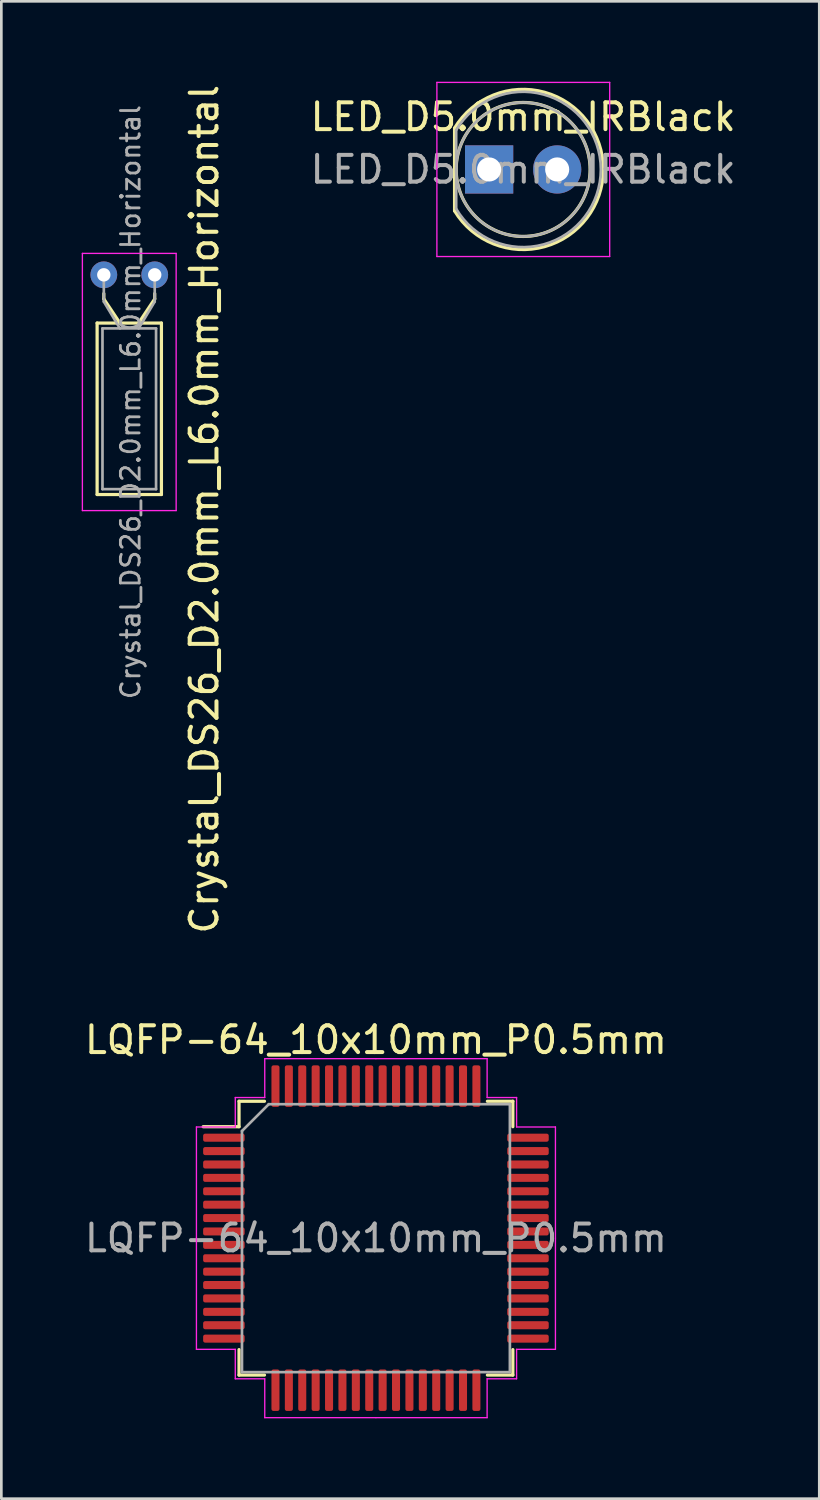
<source format=kicad_pcb>
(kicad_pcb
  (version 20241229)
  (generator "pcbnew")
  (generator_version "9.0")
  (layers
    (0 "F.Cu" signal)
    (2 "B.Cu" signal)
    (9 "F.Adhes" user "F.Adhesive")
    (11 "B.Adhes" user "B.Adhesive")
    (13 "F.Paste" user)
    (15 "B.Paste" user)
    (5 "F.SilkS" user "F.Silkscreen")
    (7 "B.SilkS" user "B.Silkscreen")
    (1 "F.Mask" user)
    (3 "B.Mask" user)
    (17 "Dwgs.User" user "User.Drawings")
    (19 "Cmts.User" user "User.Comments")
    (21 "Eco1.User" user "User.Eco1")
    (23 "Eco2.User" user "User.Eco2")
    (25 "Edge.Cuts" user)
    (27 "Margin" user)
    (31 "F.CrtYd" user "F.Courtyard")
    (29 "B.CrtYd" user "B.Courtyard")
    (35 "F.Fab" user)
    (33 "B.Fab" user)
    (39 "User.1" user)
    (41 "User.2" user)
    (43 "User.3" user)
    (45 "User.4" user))
  (footprint "Crystal_DS26_D2.0mm_L6.0mm_Horizontal"
    (layer "F.Cu")
    (at 0.825 7.208)
    (property "Reference" "Crystal_DS26_D2.0mm_L6.0mm_Horizontal" (at 3.75 8.75 90) (layer "F.SilkS") (effects (font (size 1 1) (thickness 0.15))))
    (attr through_hole)
    (fp_line (start -0.25 1.8) (end -0.25 8.2) (stroke (width 0.12) (type solid)) (layer "F.SilkS"))
    (fp_line (start -0.25 8.2) (end 2.15 8.2) (stroke (width 0.12) (type solid)) (layer "F.SilkS"))
    (fp_line (start 0 0.9) (end 0 0.7) (stroke (width 0.12) (type solid)) (layer "F.SilkS"))
    (fp_line (start 0.6 1.8) (end 0 0.9) (stroke (width 0.12) (type solid)) (layer "F.SilkS"))
    (fp_line (start 1.3 1.8) (end 1.9 0.9) (stroke (width 0.12) (type solid)) (layer "F.SilkS"))
    (fp_line (start 1.9 0.9) (end 1.9 0.7) (stroke (width 0.12) (type solid)) (layer "F.SilkS"))
    (fp_line (start 2.15 1.8) (end -0.25 1.8) (stroke (width 0.12) (type solid)) (layer "F.SilkS"))
    (fp_line (start 2.15 8.2) (end 2.15 1.8) (stroke (width 0.12) (type solid)) (layer "F.SilkS"))
    (fp_line (start -0.8 -0.8) (end -0.8 8.8) (stroke (width 0.05) (type solid)) (layer "F.CrtYd"))
    (fp_line (start -0.8 8.8) (end 2.7 8.8) (stroke (width 0.05) (type solid)) (layer "F.CrtYd"))
    (fp_line (start 2.7 -0.8) (end -0.8 -0.8) (stroke (width 0.05) (type solid)) (layer "F.CrtYd"))
    (fp_line (start 2.7 8.8) (end 2.7 -0.8) (stroke (width 0.05) (type solid)) (layer "F.CrtYd"))
    (fp_line (start -0.05 2) (end -0.05 8) (stroke (width 0.1) (type solid)) (layer "F.Fab"))
    (fp_line (start -0.05 8) (end 1.95 8) (stroke (width 0.1) (type solid)) (layer "F.Fab"))
    (fp_line (start 0 1) (end 0 0) (stroke (width 0.1) (type solid)) (layer "F.Fab"))
    (fp_line (start 0.6 2) (end 0 1) (stroke (width 0.1) (type solid)) (layer "F.Fab"))
    (fp_line (start 1.3 2) (end 1.9 1) (stroke (width 0.1) (type solid)) (layer "F.Fab"))
    (fp_line (start 1.9 1) (end 1.9 0) (stroke (width 0.1) (type solid)) (layer "F.Fab"))
    (fp_line (start 1.95 2) (end -0.05 2) (stroke (width 0.1) (type solid)) (layer "F.Fab"))
    (fp_line (start 1.95 8) (end 1.95 2) (stroke (width 0.1) (type solid)) (layer "F.Fab"))
    (fp_text user "${REFERENCE}" (at 1 4.75 90) (layer "F.Fab") (effects (font (size 0.7 0.7) (thickness 0.105))))
    (pad "1" thru_hole circle (at 0 0) (size 1 1) (drill 0.5) (layers "*.Cu" "*.Mask"))
    (pad "2" thru_hole circle (at 1.9 0) (size 1 1) (drill 0.5) (layers "*.Cu" "*.Mask")))
  (footprint "LQFP-64_10x10mm_P0.5mm"
    (layer "F.Cu")
    (at 10.982 43.165)
    (property "Reference" "LQFP-64_10x10mm_P0.5mm" (at 0 -7.4 0) (layer "F.SilkS") (effects (font (size 1 1) (thickness 0.15))))
    (attr smd)
    (fp_line (start -5.11 -5.11) (end -5.11 -4.16) (stroke (width 0.12) (type solid)) (layer "F.SilkS"))
    (fp_line (start -5.11 -4.16) (end -6.45 -4.16) (stroke (width 0.12) (type solid)) (layer "F.SilkS"))
    (fp_line (start -5.11 5.11) (end -5.11 4.16) (stroke (width 0.12) (type solid)) (layer "F.SilkS"))
    (fp_line (start -4.16 -5.11) (end -5.11 -5.11) (stroke (width 0.12) (type solid)) (layer "F.SilkS"))
    (fp_line (start -4.16 5.11) (end -5.11 5.11) (stroke (width 0.12) (type solid)) (layer "F.SilkS"))
    (fp_line (start 4.16 -5.11) (end 5.11 -5.11) (stroke (width 0.12) (type solid)) (layer "F.SilkS"))
    (fp_line (start 4.16 5.11) (end 5.11 5.11) (stroke (width 0.12) (type solid)) (layer "F.SilkS"))
    (fp_line (start 5.11 -5.11) (end 5.11 -4.16) (stroke (width 0.12) (type solid)) (layer "F.SilkS"))
    (fp_line (start 5.11 5.11) (end 5.11 4.16) (stroke (width 0.12) (type solid)) (layer "F.SilkS"))
    (fp_line (start -6.7 -4.15) (end -6.7 0) (stroke (width 0.05) (type solid)) (layer "F.CrtYd"))
    (fp_line (start -6.7 4.15) (end -6.7 0) (stroke (width 0.05) (type solid)) (layer "F.CrtYd"))
    (fp_line (start -5.25 -5.25) (end -5.25 -4.15) (stroke (width 0.05) (type solid)) (layer "F.CrtYd"))
    (fp_line (start -5.25 -4.15) (end -6.7 -4.15) (stroke (width 0.05) (type solid)) (layer "F.CrtYd"))
    (fp_line (start -5.25 4.15) (end -6.7 4.15) (stroke (width 0.05) (type solid)) (layer "F.CrtYd"))
    (fp_line (start -5.25 5.25) (end -5.25 4.15) (stroke (width 0.05) (type solid)) (layer "F.CrtYd"))
    (fp_line (start -4.15 -6.7) (end -4.15 -5.25) (stroke (width 0.05) (type solid)) (layer "F.CrtYd"))
    (fp_line (start -4.15 -5.25) (end -5.25 -5.25) (stroke (width 0.05) (type solid)) (layer "F.CrtYd"))
    (fp_line (start -4.15 5.25) (end -5.25 5.25) (stroke (width 0.05) (type solid)) (layer "F.CrtYd"))
    (fp_line (start -4.15 6.7) (end -4.15 5.25) (stroke (width 0.05) (type solid)) (layer "F.CrtYd"))
    (fp_line (start 0 -6.7) (end -4.15 -6.7) (stroke (width 0.05) (type solid)) (layer "F.CrtYd"))
    (fp_line (start 0 -6.7) (end 4.15 -6.7) (stroke (width 0.05) (type solid)) (layer "F.CrtYd"))
    (fp_line (start 0 6.7) (end -4.15 6.7) (stroke (width 0.05) (type solid)) (layer "F.CrtYd"))
    (fp_line (start 0 6.7) (end 4.15 6.7) (stroke (width 0.05) (type solid)) (layer "F.CrtYd"))
    (fp_line (start 4.15 -6.7) (end 4.15 -5.25) (stroke (width 0.05) (type solid)) (layer "F.CrtYd"))
    (fp_line (start 4.15 -5.25) (end 5.25 -5.25) (stroke (width 0.05) (type solid)) (layer "F.CrtYd"))
    (fp_line (start 4.15 5.25) (end 5.25 5.25) (stroke (width 0.05) (type solid)) (layer "F.CrtYd"))
    (fp_line (start 4.15 6.7) (end 4.15 5.25) (stroke (width 0.05) (type solid)) (layer "F.CrtYd"))
    (fp_line (start 5.25 -5.25) (end 5.25 -4.15) (stroke (width 0.05) (type solid)) (layer "F.CrtYd"))
    (fp_line (start 5.25 -4.15) (end 6.7 -4.15) (stroke (width 0.05) (type solid)) (layer "F.CrtYd"))
    (fp_line (start 5.25 4.15) (end 6.7 4.15) (stroke (width 0.05) (type solid)) (layer "F.CrtYd"))
    (fp_line (start 5.25 5.25) (end 5.25 4.15) (stroke (width 0.05) (type solid)) (layer "F.CrtYd"))
    (fp_line (start 6.7 -4.15) (end 6.7 0) (stroke (width 0.05) (type solid)) (layer "F.CrtYd"))
    (fp_line (start 6.7 4.15) (end 6.7 0) (stroke (width 0.05) (type solid)) (layer "F.CrtYd"))
    (fp_line (start -5 -4) (end -4 -5) (stroke (width 0.1) (type solid)) (layer "F.Fab"))
    (fp_line (start -5 5) (end -5 -4) (stroke (width 0.1) (type solid)) (layer "F.Fab"))
    (fp_line (start -4 -5) (end 5 -5) (stroke (width 0.1) (type solid)) (layer "F.Fab"))
    (fp_line (start 5 -5) (end 5 5) (stroke (width 0.1) (type solid)) (layer "F.Fab"))
    (fp_line (start 5 5) (end -5 5) (stroke (width 0.1) (type solid)) (layer "F.Fab"))
    (fp_text user "${REFERENCE}" (at 0 0 0) (layer "F.Fab") (effects (font (size 1 1) (thickness 0.15))))
    (pad "1" smd roundrect (at -5.675 -3.75) (size 1.55 0.3) (layers "F.Cu" "F.Mask" "F.Paste") (roundrect_rratio 0.25))
    (pad "2" smd roundrect (at -5.675 -3.25) (size 1.55 0.3) (layers "F.Cu" "F.Mask" "F.Paste") (roundrect_rratio 0.25))
    (pad "3" smd roundrect (at -5.675 -2.75) (size 1.55 0.3) (layers "F.Cu" "F.Mask" "F.Paste") (roundrect_rratio 0.25))
    (pad "4" smd roundrect (at -5.675 -2.25) (size 1.55 0.3) (layers "F.Cu" "F.Mask" "F.Paste") (roundrect_rratio 0.25))
    (pad "5" smd roundrect (at -5.675 -1.75) (size 1.55 0.3) (layers "F.Cu" "F.Mask" "F.Paste") (roundrect_rratio 0.25))
    (pad "6" smd roundrect (at -5.675 -1.25) (size 1.55 0.3) (layers "F.Cu" "F.Mask" "F.Paste") (roundrect_rratio 0.25))
    (pad "7" smd roundrect (at -5.675 -0.75) (size 1.55 0.3) (layers "F.Cu" "F.Mask" "F.Paste") (roundrect_rratio 0.25))
    (pad "8" smd roundrect (at -5.675 -0.25) (size 1.55 0.3) (layers "F.Cu" "F.Mask" "F.Paste") (roundrect_rratio 0.25))
    (pad "9" smd roundrect (at -5.675 0.25) (size 1.55 0.3) (layers "F.Cu" "F.Mask" "F.Paste") (roundrect_rratio 0.25))
    (pad "10" smd roundrect (at -5.675 0.75) (size 1.55 0.3) (layers "F.Cu" "F.Mask" "F.Paste") (roundrect_rratio 0.25))
    (pad "11" smd roundrect (at -5.675 1.25) (size 1.55 0.3) (layers "F.Cu" "F.Mask" "F.Paste") (roundrect_rratio 0.25))
    (pad "12" smd roundrect (at -5.675 1.75) (size 1.55 0.3) (layers "F.Cu" "F.Mask" "F.Paste") (roundrect_rratio 0.25))
    (pad "13" smd roundrect (at -5.675 2.25) (size 1.55 0.3) (layers "F.Cu" "F.Mask" "F.Paste") (roundrect_rratio 0.25))
    (pad "14" smd roundrect (at -5.675 2.75) (size 1.55 0.3) (layers "F.Cu" "F.Mask" "F.Paste") (roundrect_rratio 0.25))
    (pad "15" smd roundrect (at -5.675 3.25) (size 1.55 0.3) (layers "F.Cu" "F.Mask" "F.Paste") (roundrect_rratio 0.25))
    (pad "16" smd roundrect (at -5.675 3.75) (size 1.55 0.3) (layers "F.Cu" "F.Mask" "F.Paste") (roundrect_rratio 0.25))
    (pad "17" smd roundrect (at -3.75 5.675) (size 0.3 1.55) (layers "F.Cu" "F.Mask" "F.Paste") (roundrect_rratio 0.25))
    (pad "18" smd roundrect (at -3.25 5.675) (size 0.3 1.55) (layers "F.Cu" "F.Mask" "F.Paste") (roundrect_rratio 0.25))
    (pad "19" smd roundrect (at -2.75 5.675) (size 0.3 1.55) (layers "F.Cu" "F.Mask" "F.Paste") (roundrect_rratio 0.25))
    (pad "20" smd roundrect (at -2.25 5.675) (size 0.3 1.55) (layers "F.Cu" "F.Mask" "F.Paste") (roundrect_rratio 0.25))
    (pad "21" smd roundrect (at -1.75 5.675) (size 0.3 1.55) (layers "F.Cu" "F.Mask" "F.Paste") (roundrect_rratio 0.25))
    (pad "22" smd roundrect (at -1.25 5.675) (size 0.3 1.55) (layers "F.Cu" "F.Mask" "F.Paste") (roundrect_rratio 0.25))
    (pad "23" smd roundrect (at -0.75 5.675) (size 0.3 1.55) (layers "F.Cu" "F.Mask" "F.Paste") (roundrect_rratio 0.25))
    (pad "24" smd roundrect (at -0.25 5.675) (size 0.3 1.55) (layers "F.Cu" "F.Mask" "F.Paste") (roundrect_rratio 0.25))
    (pad "25" smd roundrect (at 0.25 5.675) (size 0.3 1.55) (layers "F.Cu" "F.Mask" "F.Paste") (roundrect_rratio 0.25))
    (pad "26" smd roundrect (at 0.75 5.675) (size 0.3 1.55) (layers "F.Cu" "F.Mask" "F.Paste") (roundrect_rratio 0.25))
    (pad "27" smd roundrect (at 1.25 5.675) (size 0.3 1.55) (layers "F.Cu" "F.Mask" "F.Paste") (roundrect_rratio 0.25))
    (pad "28" smd roundrect (at 1.75 5.675) (size 0.3 1.55) (layers "F.Cu" "F.Mask" "F.Paste") (roundrect_rratio 0.25))
    (pad "29" smd roundrect (at 2.25 5.675) (size 0.3 1.55) (layers "F.Cu" "F.Mask" "F.Paste") (roundrect_rratio 0.25))
    (pad "30" smd roundrect (at 2.75 5.675) (size 0.3 1.55) (layers "F.Cu" "F.Mask" "F.Paste") (roundrect_rratio 0.25))
    (pad "31" smd roundrect (at 3.25 5.675) (size 0.3 1.55) (layers "F.Cu" "F.Mask" "F.Paste") (roundrect_rratio 0.25))
    (pad "32" smd roundrect (at 3.75 5.675) (size 0.3 1.55) (layers "F.Cu" "F.Mask" "F.Paste") (roundrect_rratio 0.25))
    (pad "33" smd roundrect (at 5.675 3.75) (size 1.55 0.3) (layers "F.Cu" "F.Mask" "F.Paste") (roundrect_rratio 0.25))
    (pad "34" smd roundrect (at 5.675 3.25) (size 1.55 0.3) (layers "F.Cu" "F.Mask" "F.Paste") (roundrect_rratio 0.25))
    (pad "35" smd roundrect (at 5.675 2.75) (size 1.55 0.3) (layers "F.Cu" "F.Mask" "F.Paste") (roundrect_rratio 0.25))
    (pad "36" smd roundrect (at 5.675 2.25) (size 1.55 0.3) (layers "F.Cu" "F.Mask" "F.Paste") (roundrect_rratio 0.25))
    (pad "37" smd roundrect (at 5.675 1.75) (size 1.55 0.3) (layers "F.Cu" "F.Mask" "F.Paste") (roundrect_rratio 0.25))
    (pad "38" smd roundrect (at 5.675 1.25) (size 1.55 0.3) (layers "F.Cu" "F.Mask" "F.Paste") (roundrect_rratio 0.25))
    (pad "39" smd roundrect (at 5.675 0.75) (size 1.55 0.3) (layers "F.Cu" "F.Mask" "F.Paste") (roundrect_rratio 0.25))
    (pad "40" smd roundrect (at 5.675 0.25) (size 1.55 0.3) (layers "F.Cu" "F.Mask" "F.Paste") (roundrect_rratio 0.25))
    (pad "41" smd roundrect (at 5.675 -0.25) (size 1.55 0.3) (layers "F.Cu" "F.Mask" "F.Paste") (roundrect_rratio 0.25))
    (pad "42" smd roundrect (at 5.675 -0.75) (size 1.55 0.3) (layers "F.Cu" "F.Mask" "F.Paste") (roundrect_rratio 0.25))
    (pad "43" smd roundrect (at 5.675 -1.25) (size 1.55 0.3) (layers "F.Cu" "F.Mask" "F.Paste") (roundrect_rratio 0.25))
    (pad "44" smd roundrect (at 5.675 -1.75) (size 1.55 0.3) (layers "F.Cu" "F.Mask" "F.Paste") (roundrect_rratio 0.25))
    (pad "45" smd roundrect (at 5.675 -2.25) (size 1.55 0.3) (layers "F.Cu" "F.Mask" "F.Paste") (roundrect_rratio 0.25))
    (pad "46" smd roundrect (at 5.675 -2.75) (size 1.55 0.3) (layers "F.Cu" "F.Mask" "F.Paste") (roundrect_rratio 0.25))
    (pad "47" smd roundrect (at 5.675 -3.25) (size 1.55 0.3) (layers "F.Cu" "F.Mask" "F.Paste") (roundrect_rratio 0.25))
    (pad "48" smd roundrect (at 5.675 -3.75) (size 1.55 0.3) (layers "F.Cu" "F.Mask" "F.Paste") (roundrect_rratio 0.25))
    (pad "49" smd roundrect (at 3.75 -5.675) (size 0.3 1.55) (layers "F.Cu" "F.Mask" "F.Paste") (roundrect_rratio 0.25))
    (pad "50" smd roundrect (at 3.25 -5.675) (size 0.3 1.55) (layers "F.Cu" "F.Mask" "F.Paste") (roundrect_rratio 0.25))
    (pad "51" smd roundrect (at 2.75 -5.675) (size 0.3 1.55) (layers "F.Cu" "F.Mask" "F.Paste") (roundrect_rratio 0.25))
    (pad "52" smd roundrect (at 2.25 -5.675) (size 0.3 1.55) (layers "F.Cu" "F.Mask" "F.Paste") (roundrect_rratio 0.25))
    (pad "53" smd roundrect (at 1.75 -5.675) (size 0.3 1.55) (layers "F.Cu" "F.Mask" "F.Paste") (roundrect_rratio 0.25))
    (pad "54" smd roundrect (at 1.25 -5.675) (size 0.3 1.55) (layers "F.Cu" "F.Mask" "F.Paste") (roundrect_rratio 0.25))
    (pad "55" smd roundrect (at 0.75 -5.675) (size 0.3 1.55) (layers "F.Cu" "F.Mask" "F.Paste") (roundrect_rratio 0.25))
    (pad "56" smd roundrect (at 0.25 -5.675) (size 0.3 1.55) (layers "F.Cu" "F.Mask" "F.Paste") (roundrect_rratio 0.25))
    (pad "57" smd roundrect (at -0.25 -5.675) (size 0.3 1.55) (layers "F.Cu" "F.Mask" "F.Paste") (roundrect_rratio 0.25))
    (pad "58" smd roundrect (at -0.75 -5.675) (size 0.3 1.55) (layers "F.Cu" "F.Mask" "F.Paste") (roundrect_rratio 0.25))
    (pad "59" smd roundrect (at -1.25 -5.675) (size 0.3 1.55) (layers "F.Cu" "F.Mask" "F.Paste") (roundrect_rratio 0.25))
    (pad "60" smd roundrect (at -1.75 -5.675) (size 0.3 1.55) (layers "F.Cu" "F.Mask" "F.Paste") (roundrect_rratio 0.25))
    (pad "61" smd roundrect (at -2.25 -5.675) (size 0.3 1.55) (layers "F.Cu" "F.Mask" "F.Paste") (roundrect_rratio 0.25))
    (pad "62" smd roundrect (at -2.75 -5.675) (size 0.3 1.55) (layers "F.Cu" "F.Mask" "F.Paste") (roundrect_rratio 0.25))
    (pad "63" smd roundrect (at -3.25 -5.675) (size 0.3 1.55) (layers "F.Cu" "F.Mask" "F.Paste") (roundrect_rratio 0.25))
    (pad "64" smd roundrect (at -3.75 -5.675) (size 0.3 1.55) (layers "F.Cu" "F.Mask" "F.Paste") (roundrect_rratio 0.25)))
  (footprint "LED_D5.0mm_IRBlack"
    (layer "F.Cu")
    (at 15.207 3.275)
    (property "Reference" "LED_D5.0mm_IRBlack" (at 1.27 -1.96 0) (layer "F.SilkS") (effects (font (size 1 1) (thickness 0.15))))
    (attr through_hole)
    (fp_line (start -1.29 -1.545) (end -1.29 1.545) (stroke (width 0.12) (type solid)) (layer "F.SilkS"))
    (fp_arc (start -1.29 -1.54483) (mid 2.072002 -2.880433) (end 4.26 0.000462) (stroke (width 0.12) (type solid)) (layer "F.SilkS"))
    (fp_arc (start 4.26 -0.000462) (mid 2.072002 2.880433) (end -1.29 1.54483) (stroke (width 0.12) (type solid)) (layer "F.SilkS"))
    (fp_circle (center 1.27 0) (end 3.77 0) (stroke (width 0.12) (type solid)) (fill no) (layer "F.SilkS"))
    (fp_line (start -1.95 -3.25) (end -1.95 3.25) (stroke (width 0.05) (type solid)) (layer "F.CrtYd"))
    (fp_line (start -1.95 3.25) (end 4.5 3.25) (stroke (width 0.05) (type solid)) (layer "F.CrtYd"))
    (fp_line (start 4.5 -3.25) (end -1.95 -3.25) (stroke (width 0.05) (type solid)) (layer "F.CrtYd"))
    (fp_line (start 4.5 3.25) (end 4.5 -3.25) (stroke (width 0.05) (type solid)) (layer "F.CrtYd"))
    (fp_line (start -1.23 -1.47) (end -1.23 1.47) (stroke (width 0.1) (type solid)) (layer "F.Fab"))
    (fp_arc (start -1.23 -1.469694) (mid 4.17 0.000016) (end -1.230016 1.469666) (stroke (width 0.1) (type solid)) (layer "F.Fab"))
    (fp_circle (center 1.27 0) (end 3.77 0) (stroke (width 0.1) (type solid)) (fill no) (layer "F.Fab"))
    (fp_text user "${REFERENCE}" (at 1.27 0 0) (layer "F.Fab") (effects (font (size 1 1) (thickness 0.15))))
    (pad "1" thru_hole rect (at 0 0) (size 1.8 1.8) (drill 0.9) (layers "*.Cu" "*.Mask"))
    (pad "2" thru_hole circle (at 2.54 0) (size 1.8 1.8) (drill 0.9) (layers "*.Cu" "*.Mask")))
  (gr_rect
    (start -3 -3)
    (end 27.53 52.89)
    (stroke (width 0.1) (type default))
    (fill no)
    (layer "Edge.Cuts")))
</source>
